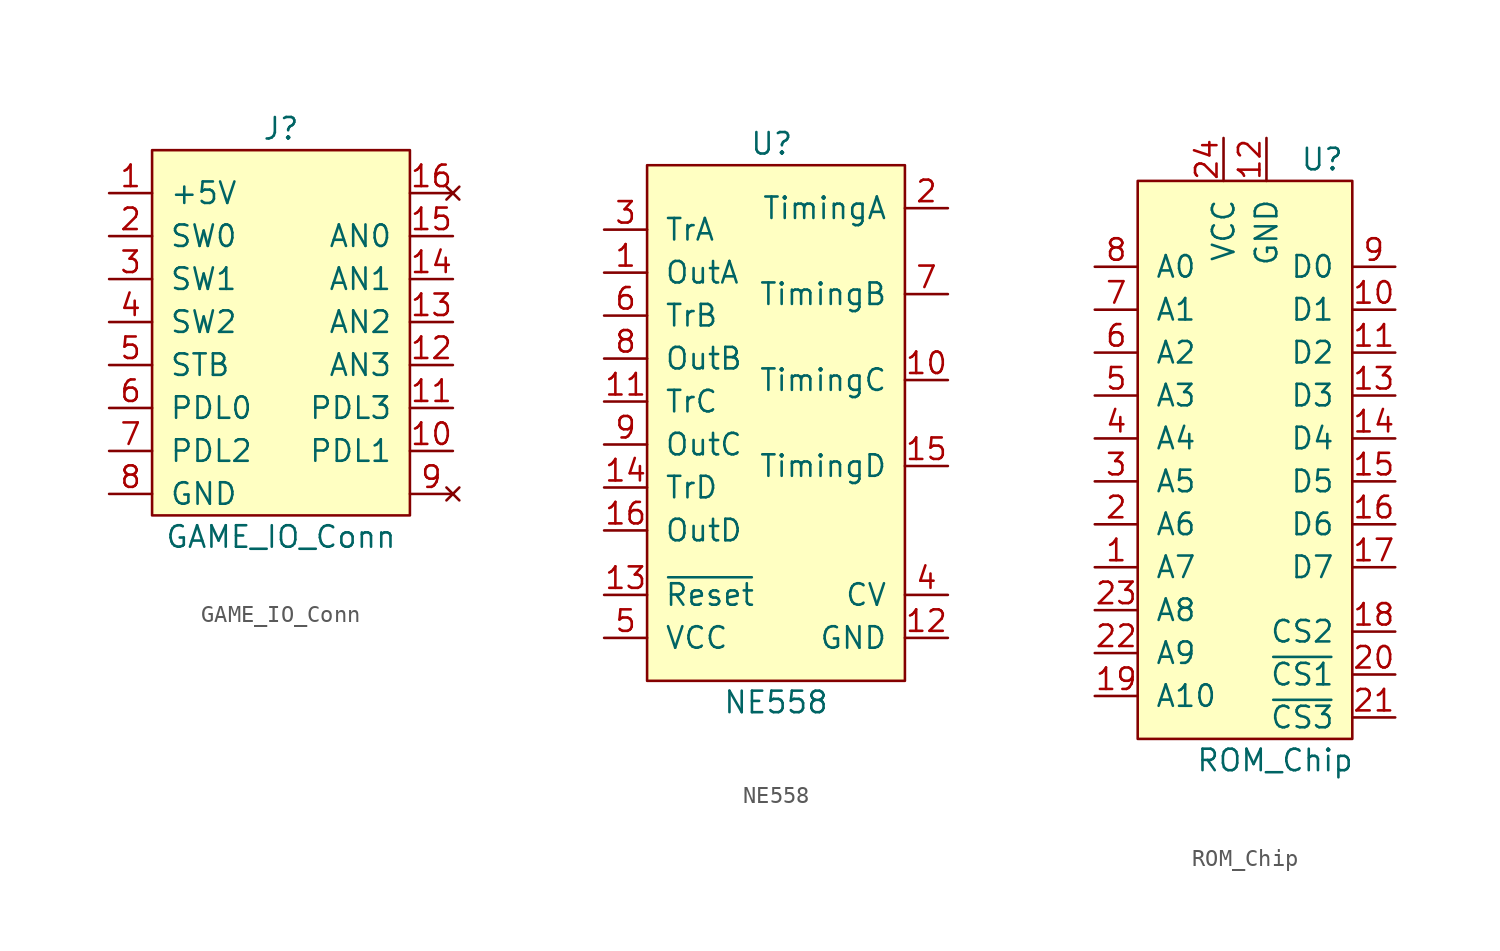
<source format=kicad_sym>
(kicad_symbol_lib
  (version 20220914)
  (generator kicad_symbol_editor)
  (symbol "GAME_IO_Conn"
    (pin_names
      (offset 1.016))
    (property "Reference" "J"
      (at 0 12.7 0)
      (effects (font (size 1.27 1.27))))
    (property "Value" "GAME_IO_Conn"
      (at 0 -11.43 0)
      (effects (font (size 1.27 1.27))))
    (symbol "GAME_IO_Conn_0_1"
      (rectangle (start -7.62 11.43) (end 7.62 -10.16) (stroke (width 0) (type solid)) (fill (type background))))
    (symbol "GAME_IO_Conn_1_1"
      (pin passive line (at -10.16 8.89 0) (length 2.54) (name "+5V" (effects (font (size 1.27 1.27)))) (number "1" (effects (font (size 1.27 1.27)))))
      (pin passive line (at 10.16 -6.35 180) (length 2.54) (name "PDL1" (effects (font (size 1.27 1.27)))) (number "10" (effects (font (size 1.27 1.27)))))
      (pin passive line (at 10.16 -3.81 180) (length 2.54) (name "PDL3" (effects (font (size 1.27 1.27)))) (number "11" (effects (font (size 1.27 1.27)))))
      (pin passive line (at 10.16 -1.27 180) (length 2.54) (name "AN3" (effects (font (size 1.27 1.27)))) (number "12" (effects (font (size 1.27 1.27)))))
      (pin passive line (at 10.16 1.27 180) (length 2.54) (name "AN2" (effects (font (size 1.27 1.27)))) (number "13" (effects (font (size 1.27 1.27)))))
      (pin passive line (at 10.16 3.81 180) (length 2.54) (name "AN1" (effects (font (size 1.27 1.27)))) (number "14" (effects (font (size 1.27 1.27)))))
      (pin passive line (at 10.16 6.35 180) (length 2.54) (name "AN0" (effects (font (size 1.27 1.27)))) (number "15" (effects (font (size 1.27 1.27)))))
      (pin no_connect line (at 10.16 8.89 180) (length 2.54) (name "~" (effects (font (size 1.27 1.27)))) (number "16" (effects (font (size 1.27 1.27)))))
      (pin passive line (at -10.16 6.35 0) (length 2.54) (name "SW0" (effects (font (size 1.27 1.27)))) (number "2" (effects (font (size 1.27 1.27)))))
      (pin passive line (at -10.16 3.81 0) (length 2.54) (name "SW1" (effects (font (size 1.27 1.27)))) (number "3" (effects (font (size 1.27 1.27)))))
      (pin passive line (at -10.16 1.27 0) (length 2.54) (name "SW2" (effects (font (size 1.27 1.27)))) (number "4" (effects (font (size 1.27 1.27)))))
      (pin passive line (at -10.16 -1.27 0) (length 2.54) (name "STB" (effects (font (size 1.27 1.27)))) (number "5" (effects (font (size 1.27 1.27)))))
      (pin passive line (at -10.16 -3.81 0) (length 2.54) (name "PDL0" (effects (font (size 1.27 1.27)))) (number "6" (effects (font (size 1.27 1.27)))))
      (pin passive line (at -10.16 -6.35 0) (length 2.54) (name "PDL2" (effects (font (size 1.27 1.27)))) (number "7" (effects (font (size 1.27 1.27)))))
      (pin passive line (at -10.16 -8.89 0) (length 2.54) (name "GND" (effects (font (size 1.27 1.27)))) (number "8" (effects (font (size 1.27 1.27)))))
      (pin no_connect line (at 10.16 -8.89 180) (length 2.54) (name "~" (effects (font (size 1.27 1.27)))) (number "9" (effects (font (size 1.27 1.27)))))))
  (symbol "NE558"
    (pin_names
      (offset 1.016))
    (property "Reference" "U"
      (at -0.254 16.51 0)
      (effects (font (size 1.27 1.27))))
    (property "Value" "NE558"
      (at 0 -16.51 0)
      (effects (font (size 1.27 1.27))))
    (symbol "NE558_0_1"
      (rectangle (start -7.62 15.24) (end 7.62 -15.24) (stroke (width 0) (type solid)) (fill (type background))))
    (symbol "NE558_1_1"
      (pin output line (at -10.16 8.89 0) (length 2.54) (name "OutA" (effects (font (size 1.27 1.27)))) (number "1" (effects (font (size 1.27 1.27)))))
      (pin input line (at 10.16 2.54 180) (length 2.54) (name "TimingC" (effects (font (size 1.27 1.27)))) (number "10" (effects (font (size 1.27 1.27)))))
      (pin input line (at -10.16 1.27 0) (length 2.54) (name "TrC" (effects (font (size 1.27 1.27)))) (number "11" (effects (font (size 1.27 1.27)))))
      (pin power_in line (at 10.16 -12.7 180) (length 2.54) (name "GND" (effects (font (size 1.27 1.27)))) (number "12" (effects (font (size 1.27 1.27)))))
      (pin input line (at -10.16 -10.16 0) (length 2.54) (name "~{Reset}" (effects (font (size 1.27 1.27)))) (number "13" (effects (font (size 1.27 1.27)))))
      (pin input line (at -10.16 -3.81 0) (length 2.54) (name "TrD" (effects (font (size 1.27 1.27)))) (number "14" (effects (font (size 1.27 1.27)))))
      (pin input line (at 10.16 -2.54 180) (length 2.54) (name "TimingD" (effects (font (size 1.27 1.27)))) (number "15" (effects (font (size 1.27 1.27)))))
      (pin output line (at -10.16 -6.35 0) (length 2.54) (name "OutD" (effects (font (size 1.27 1.27)))) (number "16" (effects (font (size 1.27 1.27)))))
      (pin input line (at 10.16 12.7 180) (length 2.54) (name "TimingA" (effects (font (size 1.27 1.27)))) (number "2" (effects (font (size 1.27 1.27)))))
      (pin input line (at -10.16 11.43 0) (length 2.54) (name "TrA" (effects (font (size 1.27 1.27)))) (number "3" (effects (font (size 1.27 1.27)))))
      (pin power_in line (at 10.16 -10.16 180) (length 2.54) (name "CV" (effects (font (size 1.27 1.27)))) (number "4" (effects (font (size 1.27 1.27)))))
      (pin power_in line (at -10.16 -12.7 0) (length 2.54) (name "VCC" (effects (font (size 1.27 1.27)))) (number "5" (effects (font (size 1.27 1.27)))))
      (pin input line (at -10.16 6.35 0) (length 2.54) (name "TrB" (effects (font (size 1.27 1.27)))) (number "6" (effects (font (size 1.27 1.27)))))
      (pin input line (at 10.16 7.62 180) (length 2.54) (name "TimingB" (effects (font (size 1.27 1.27)))) (number "7" (effects (font (size 1.27 1.27)))))
      (pin output line (at -10.16 3.81 0) (length 2.54) (name "OutB" (effects (font (size 1.27 1.27)))) (number "8" (effects (font (size 1.27 1.27)))))
      (pin output line (at -10.16 -1.27 0) (length 2.54) (name "OutC" (effects (font (size 1.27 1.27)))) (number "9" (effects (font (size 1.27 1.27)))))))
  (symbol "ROM_Chip"
    (pin_names
      (offset 1.016))
    (property "Reference" "U"
      (at 5.842 21.59 0)
      (effects (font (size 1.27 1.27))))
    (property "Value" "ROM_Chip"
      (at 3.048 -13.97 0)
      (effects (font (size 1.27 1.27))))
    (symbol "ROM_Chip_0_1"
      (rectangle (start -5.08 20.32) (end 7.62 -12.7) (stroke (width 0) (type solid)) (fill (type background))))
    (symbol "ROM_Chip_1_1"
      (pin input line (at -7.62 -2.54 0) (length 2.54) (name "A7" (effects (font (size 1.27 1.27)))) (number "1" (effects (font (size 1.27 1.27)))))
      (pin tri_state line (at 10.16 12.7 180) (length 2.54) (name "D1" (effects (font (size 1.27 1.27)))) (number "10" (effects (font (size 1.27 1.27)))))
      (pin tri_state line (at 10.16 10.16 180) (length 2.54) (name "D2" (effects (font (size 1.27 1.27)))) (number "11" (effects (font (size 1.27 1.27)))))
      (pin power_in line (at 2.54 22.86 270) (length 2.54) (name "GND" (effects (font (size 1.27 1.27)))) (number "12" (effects (font (size 1.27 1.27)))))
      (pin tri_state line (at 10.16 7.62 180) (length 2.54) (name "D3" (effects (font (size 1.27 1.27)))) (number "13" (effects (font (size 1.27 1.27)))))
      (pin tri_state line (at 10.16 5.08 180) (length 2.54) (name "D4" (effects (font (size 1.27 1.27)))) (number "14" (effects (font (size 1.27 1.27)))))
      (pin tri_state line (at 10.16 2.54 180) (length 2.54) (name "D5" (effects (font (size 1.27 1.27)))) (number "15" (effects (font (size 1.27 1.27)))))
      (pin tri_state line (at 10.16 0 180) (length 2.54) (name "D6" (effects (font (size 1.27 1.27)))) (number "16" (effects (font (size 1.27 1.27)))))
      (pin tri_state line (at 10.16 -2.54 180) (length 2.54) (name "D7" (effects (font (size 1.27 1.27)))) (number "17" (effects (font (size 1.27 1.27)))))
      (pin input line (at 10.16 -6.35 180) (length 2.54) (name "CS2" (effects (font (size 1.27 1.27)))) (number "18" (effects (font (size 1.27 1.27)))))
      (pin input line (at -7.62 -10.16 0) (length 2.54) (name "A10" (effects (font (size 1.27 1.27)))) (number "19" (effects (font (size 1.27 1.27)))))
      (pin input line (at -7.62 0 0) (length 2.54) (name "A6" (effects (font (size 1.27 1.27)))) (number "2" (effects (font (size 1.27 1.27)))))
      (pin input line (at 10.16 -8.89 180) (length 2.54) (name "~{CS1}" (effects (font (size 1.27 1.27)))) (number "20" (effects (font (size 1.27 1.27)))))
      (pin input line (at 10.16 -11.43 180) (length 2.54) (name "~{CS3}" (effects (font (size 1.27 1.27)))) (number "21" (effects (font (size 1.27 1.27)))))
      (pin input line (at -7.62 -7.62 0) (length 2.54) (name "A9" (effects (font (size 1.27 1.27)))) (number "22" (effects (font (size 1.27 1.27)))))
      (pin input line (at -7.62 -5.08 0) (length 2.54) (name "A8" (effects (font (size 1.27 1.27)))) (number "23" (effects (font (size 1.27 1.27)))))
      (pin power_in line (at 0 22.86 270) (length 2.54) (name "VCC" (effects (font (size 1.27 1.27)))) (number "24" (effects (font (size 1.27 1.27)))))
      (pin input line (at -7.62 2.54 0) (length 2.54) (name "A5" (effects (font (size 1.27 1.27)))) (number "3" (effects (font (size 1.27 1.27)))))
      (pin input line (at -7.62 5.08 0) (length 2.54) (name "A4" (effects (font (size 1.27 1.27)))) (number "4" (effects (font (size 1.27 1.27)))))
      (pin input line (at -7.62 7.62 0) (length 2.54) (name "A3" (effects (font (size 1.27 1.27)))) (number "5" (effects (font (size 1.27 1.27)))))
      (pin input line (at -7.62 10.16 0) (length 2.54) (name "A2" (effects (font (size 1.27 1.27)))) (number "6" (effects (font (size 1.27 1.27)))))
      (pin input line (at -7.62 12.7 0) (length 2.54) (name "A1" (effects (font (size 1.27 1.27)))) (number "7" (effects (font (size 1.27 1.27)))))
      (pin input line (at -7.62 15.24 0) (length 2.54) (name "A0" (effects (font (size 1.27 1.27)))) (number "8" (effects (font (size 1.27 1.27)))))
      (pin tri_state line (at 10.16 15.24 180) (length 2.54) (name "D0" (effects (font (size 1.27 1.27)))) (number "9" (effects (font (size 1.27 1.27))))))))
</source>
